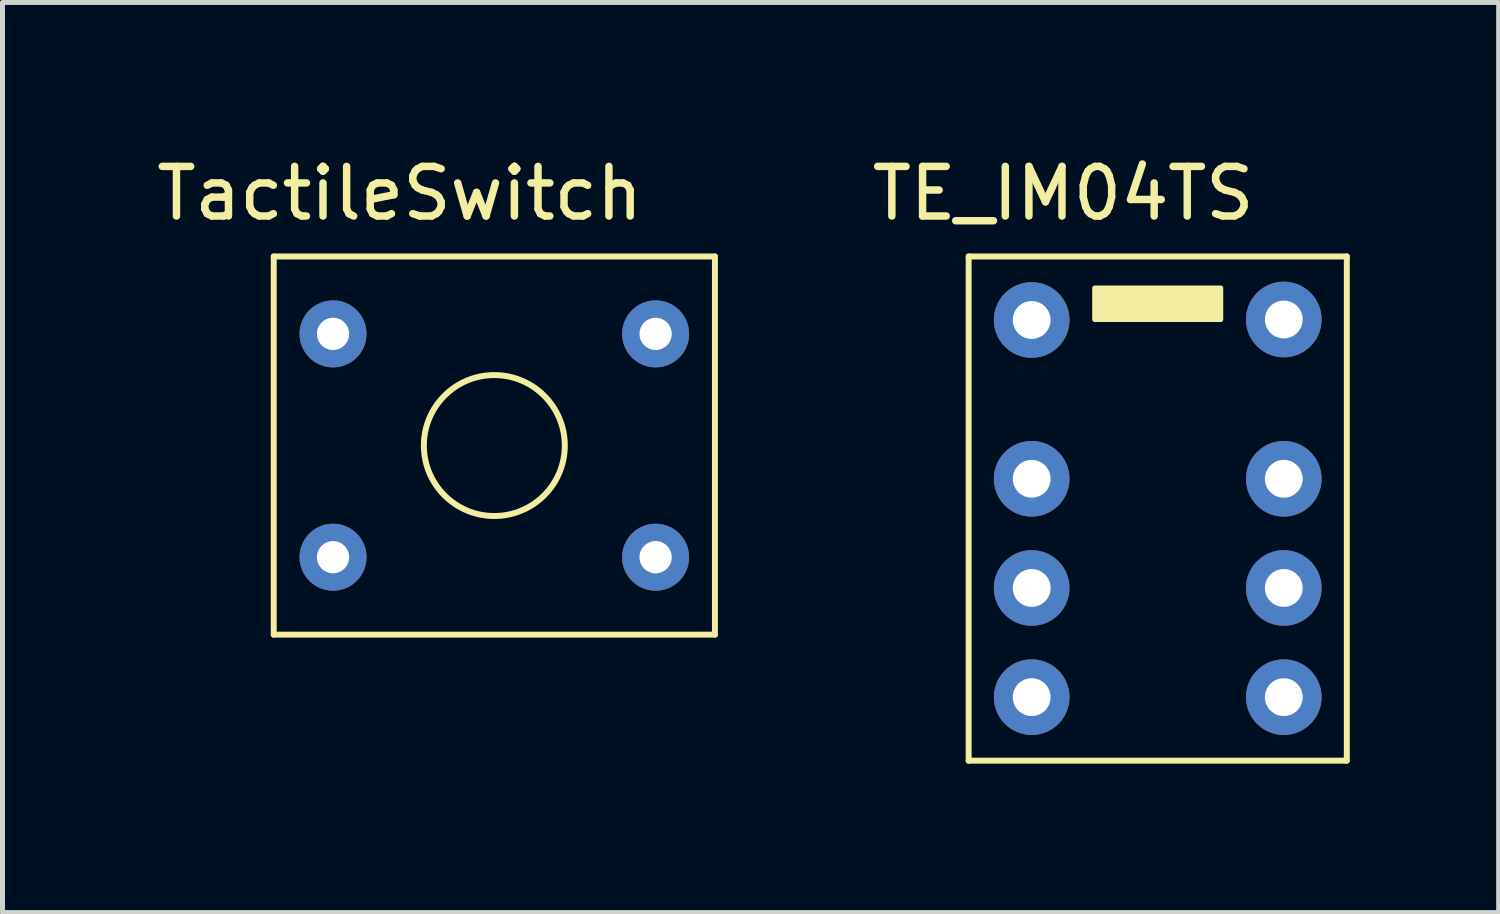
<source format=kicad_pcb>
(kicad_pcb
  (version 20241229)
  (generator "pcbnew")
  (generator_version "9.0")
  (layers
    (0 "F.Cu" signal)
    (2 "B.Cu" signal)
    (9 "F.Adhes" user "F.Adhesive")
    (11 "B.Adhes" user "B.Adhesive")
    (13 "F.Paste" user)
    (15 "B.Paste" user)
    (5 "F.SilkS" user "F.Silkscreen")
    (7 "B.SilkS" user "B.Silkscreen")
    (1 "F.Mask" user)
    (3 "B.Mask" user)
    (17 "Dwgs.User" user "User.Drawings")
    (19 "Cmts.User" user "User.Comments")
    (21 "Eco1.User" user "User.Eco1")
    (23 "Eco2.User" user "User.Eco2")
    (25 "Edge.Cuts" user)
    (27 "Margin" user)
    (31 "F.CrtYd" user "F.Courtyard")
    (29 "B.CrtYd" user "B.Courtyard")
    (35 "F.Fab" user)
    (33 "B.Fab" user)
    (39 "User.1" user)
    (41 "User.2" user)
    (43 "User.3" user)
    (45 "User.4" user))
  (footprint "TE_IM04TS"
    (layer "F.Cu")
    (at 20.279 7.198)
    (property "Reference" "TE_IM04TS" (at -1.905 -6.35 0) (layer "F.SilkS") (effects (font (size 1 1) (thickness 0.15))))
    (attr through_hole)
    (fp_line (start -3.81 -5.08) (end 3.81 -5.08) (stroke (width 0.12) (type solid)) (layer "F.SilkS"))
    (fp_line (start -3.81 5.08) (end -3.81 -5.08) (stroke (width 0.12) (type solid)) (layer "F.SilkS"))
    (fp_line (start 3.81 -5.08) (end 3.81 5.08) (stroke (width 0.12) (type solid)) (layer "F.SilkS"))
    (fp_line (start 3.81 5.08) (end -3.81 5.08) (stroke (width 0.12) (type solid)) (layer "F.SilkS"))
    (fp_poly (pts (xy 1.27 -3.81) (xy -1.27 -3.81) (xy -1.27 -4.445) (xy 1.27 -4.445)) (stroke (width 0.1) (type solid)) (fill yes) (layer "F.SilkS"))
    (pad "1" thru_hole circle (at -2.54 -3.8) (size 1.524 1.524) (drill 0.762) (layers "*.Cu" "*.Mask"))
    (pad "2" thru_hole circle (at -2.54 -0.6) (size 1.524 1.524) (drill 0.762) (layers "*.Cu" "*.Mask"))
    (pad "3" thru_hole circle (at -2.54 1.6) (size 1.524 1.524) (drill 0.762) (layers "*.Cu" "*.Mask"))
    (pad "4" thru_hole circle (at -2.54 3.8) (size 1.524 1.524) (drill 0.762) (layers "*.Cu" "*.Mask"))
    (pad "5" thru_hole circle (at 2.54 3.8) (size 1.524 1.524) (drill 0.762) (layers "*.Cu" "*.Mask"))
    (pad "6" thru_hole circle (at 2.54 1.6) (size 1.524 1.524) (drill 0.762) (layers "*.Cu" "*.Mask"))
    (pad "7" thru_hole circle (at 2.54 -0.6) (size 1.524 1.524) (drill 0.762) (layers "*.Cu" "*.Mask"))
    (pad "8" thru_hole circle (at 2.54 -3.81) (size 1.524 1.524) (drill 0.762) (layers "*.Cu" "*.Mask")))
  (footprint "TactileSwitch"
    (layer "F.Cu")
    (at 6.911 5.928)
    (property "Reference" "TactileSwitch" (at -1.905 -5.08 0) (layer "F.SilkS") (effects (font (size 1 1) (thickness 0.15))))
    (attr through_hole)
    (fp_line (start -4.445 -3.81) (end -4.445 3.81) (stroke (width 0.12) (type solid)) (layer "F.SilkS"))
    (fp_line (start -4.445 -3.81) (end 4.445 -3.81) (stroke (width 0.12) (type solid)) (layer "F.SilkS"))
    (fp_line (start 4.445 -3.81) (end 4.445 3.81) (stroke (width 0.12) (type solid)) (layer "F.SilkS"))
    (fp_line (start 4.445 3.81) (end -4.445 3.81) (stroke (width 0.12) (type solid)) (layer "F.SilkS"))
    (fp_circle (center 0 0) (end 1.42 0) (stroke (width 0.12) (type solid)) (fill no) (layer "F.SilkS"))
    (pad "1" thru_hole circle (at -3.25 -2.25) (size 1.35 1.35) (drill 0.65) (layers "*.Cu" "*.Mask"))
    (pad "2" thru_hole circle (at -3.25 2.25) (size 1.35 1.35) (drill 0.65) (layers "*.Cu" "*.Mask"))
    (pad "3" thru_hole circle (at 3.25 2.25) (size 1.35 1.35) (drill 0.65) (layers "*.Cu" "*.Mask"))
    (pad "4" thru_hole circle (at 3.25 -2.25) (size 1.35 1.35) (drill 0.65) (layers "*.Cu" "*.Mask")))
  (gr_rect
    (start -3 -3)
    (end 27.149 15.338)
    (stroke (width 0.1) (type default))
    (fill no)
    (layer "Edge.Cuts")))
</source>
